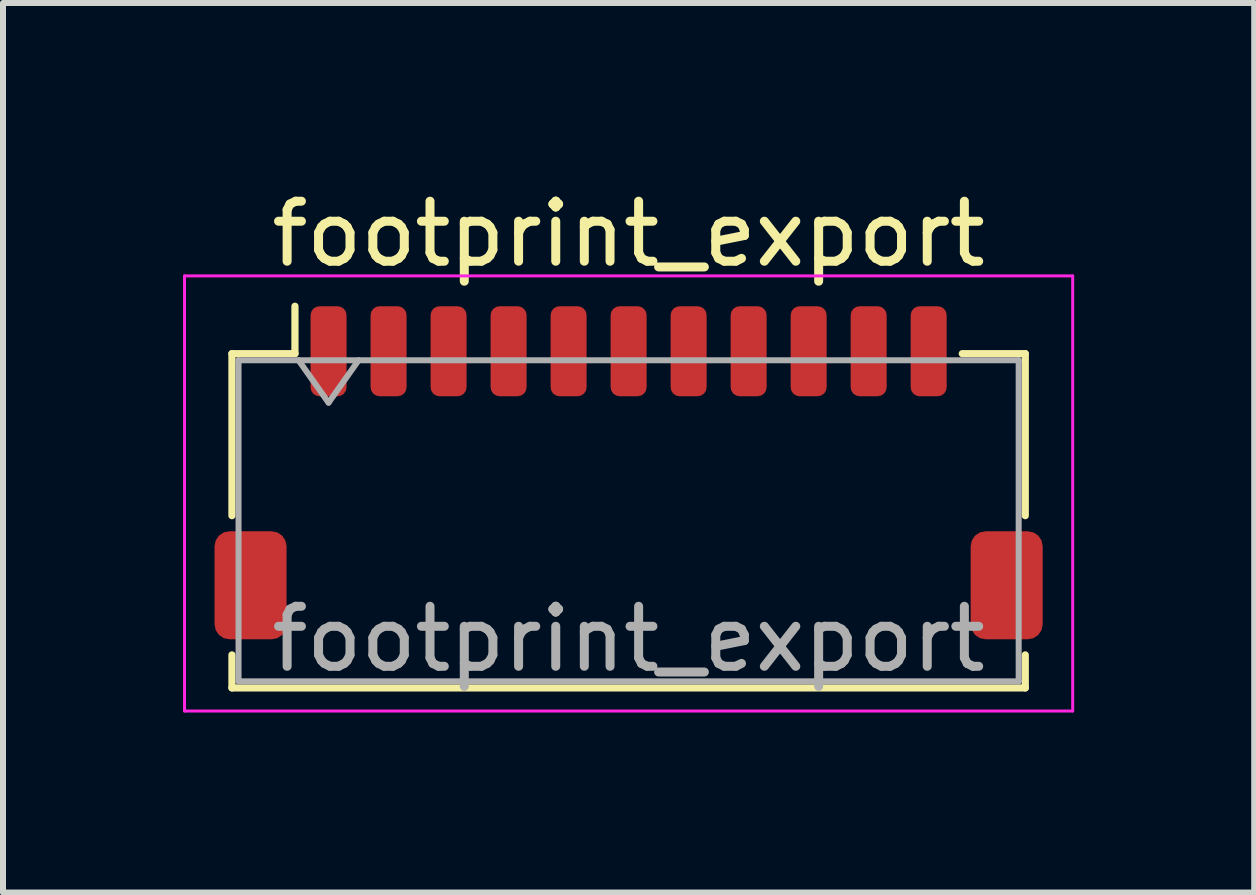
<source format=kicad_pcb>
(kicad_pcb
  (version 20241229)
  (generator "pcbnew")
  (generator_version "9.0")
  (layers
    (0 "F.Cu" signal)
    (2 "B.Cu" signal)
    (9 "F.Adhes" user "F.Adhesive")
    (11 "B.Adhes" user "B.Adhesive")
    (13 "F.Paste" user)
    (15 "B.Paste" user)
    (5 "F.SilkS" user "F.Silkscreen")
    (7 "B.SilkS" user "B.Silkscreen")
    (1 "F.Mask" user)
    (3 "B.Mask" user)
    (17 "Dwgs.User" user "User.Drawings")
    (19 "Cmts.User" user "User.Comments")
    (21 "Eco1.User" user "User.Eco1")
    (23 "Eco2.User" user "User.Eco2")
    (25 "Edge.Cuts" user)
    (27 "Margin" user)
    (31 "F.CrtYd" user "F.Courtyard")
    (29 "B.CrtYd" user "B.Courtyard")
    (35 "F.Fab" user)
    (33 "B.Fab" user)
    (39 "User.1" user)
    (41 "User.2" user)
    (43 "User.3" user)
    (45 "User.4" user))
  (footprint "footprint_export"
    (layer "F.Cu")
    (at 7.425 4.828)
    (property "Reference" "footprint_export" (at 0 -3.98 0) (layer "F.SilkS") (effects (font (size 1 1) (thickness 0.15))))
    (attr smd)
    (fp_line (start -6.61 -1.985) (end -5.56 -1.985) (stroke (width 0.12) (type solid)) (layer "F.SilkS"))
    (fp_line (start -6.61 0.715) (end -6.61 -1.985) (stroke (width 0.12) (type solid)) (layer "F.SilkS"))
    (fp_line (start -6.61 3.035) (end -6.61 3.585) (stroke (width 0.12) (type solid)) (layer "F.SilkS"))
    (fp_line (start -6.61 3.585) (end 6.61 3.585) (stroke (width 0.12) (type solid)) (layer "F.SilkS"))
    (fp_line (start -5.56 -1.985) (end -5.56 -2.775) (stroke (width 0.12) (type solid)) (layer "F.SilkS"))
    (fp_line (start 6.61 -1.985) (end 5.56 -1.985) (stroke (width 0.12) (type solid)) (layer "F.SilkS"))
    (fp_line (start 6.61 0.715) (end 6.61 -1.985) (stroke (width 0.12) (type solid)) (layer "F.SilkS"))
    (fp_line (start 6.61 3.585) (end 6.61 3.035) (stroke (width 0.12) (type solid)) (layer "F.SilkS"))
    (fp_line (start -7.4 -3.28) (end -7.4 3.97) (stroke (width 0.05) (type solid)) (layer "F.CrtYd"))
    (fp_line (start -7.4 3.97) (end 7.4 3.97) (stroke (width 0.05) (type solid)) (layer "F.CrtYd"))
    (fp_line (start 7.4 -3.28) (end -7.4 -3.28) (stroke (width 0.05) (type solid)) (layer "F.CrtYd"))
    (fp_line (start 7.4 3.97) (end 7.4 -3.28) (stroke (width 0.05) (type solid)) (layer "F.CrtYd"))
    (fp_line (start -6.5 -1.875) (end -6.5 3.475) (stroke (width 0.1) (type solid)) (layer "F.Fab"))
    (fp_line (start -6.5 -1.875) (end 6.5 -1.875) (stroke (width 0.1) (type solid)) (layer "F.Fab"))
    (fp_line (start -6.5 3.475) (end 6.5 3.475) (stroke (width 0.1) (type solid)) (layer "F.Fab"))
    (fp_line (start -5.5 -1.875) (end -5 -1.168) (stroke (width 0.1) (type solid)) (layer "F.Fab"))
    (fp_line (start -5 -1.168) (end -4.5 -1.875) (stroke (width 0.1) (type solid)) (layer "F.Fab"))
    (fp_line (start 6.5 -1.875) (end 6.5 3.475) (stroke (width 0.1) (type solid)) (layer "F.Fab"))
    (fp_text user "${REFERENCE}" (at 0 2.77 0) (layer "F.Fab") (effects (font (size 1 1) (thickness 0.15))))
    (pad "1" smd roundrect (at -5 -2.025) (size 0.6 1.5) (layers "F.Cu" "F.Mask" "F.Paste") (roundrect_rratio 0.25))
    (pad "2" smd roundrect (at -4 -2.025) (size 0.6 1.5) (layers "F.Cu" "F.Mask" "F.Paste") (roundrect_rratio 0.25))
    (pad "3" smd roundrect (at -3 -2.025) (size 0.6 1.5) (layers "F.Cu" "F.Mask" "F.Paste") (roundrect_rratio 0.25))
    (pad "4" smd roundrect (at -2 -2.025) (size 0.6 1.5) (layers "F.Cu" "F.Mask" "F.Paste") (roundrect_rratio 0.25))
    (pad "5" smd roundrect (at -1 -2.025) (size 0.6 1.5) (layers "F.Cu" "F.Mask" "F.Paste") (roundrect_rratio 0.25))
    (pad "6" smd roundrect (at 0 -2.025) (size 0.6 1.5) (layers "F.Cu" "F.Mask" "F.Paste") (roundrect_rratio 0.25))
    (pad "7" smd roundrect (at 1 -2.025) (size 0.6 1.5) (layers "F.Cu" "F.Mask" "F.Paste") (roundrect_rratio 0.25))
    (pad "8" smd roundrect (at 2 -2.025) (size 0.6 1.5) (layers "F.Cu" "F.Mask" "F.Paste") (roundrect_rratio 0.25))
    (pad "9" smd roundrect (at 3 -2.025) (size 0.6 1.5) (layers "F.Cu" "F.Mask" "F.Paste") (roundrect_rratio 0.25))
    (pad "10" smd roundrect (at 4 -2.025) (size 0.6 1.5) (layers "F.Cu" "F.Mask" "F.Paste") (roundrect_rratio 0.25))
    (pad "11" smd roundrect (at 5 -2.025) (size 0.6 1.5) (layers "F.Cu" "F.Mask" "F.Paste") (roundrect_rratio 0.25))
    (pad "MP" smd roundrect (at -6.3 1.875) (size 1.2 1.8) (layers "F.Cu" "F.Mask" "F.Paste") (roundrect_rratio 0.208))
    (pad "MP" smd roundrect (at 6.3 1.875) (size 1.2 1.8) (layers "F.Cu" "F.Mask" "F.Paste") (roundrect_rratio 0.208)))
  (gr_rect
    (start -3 -3)
    (end 17.85 11.823)
    (stroke (width 0.1) (type default))
    (fill no)
    (layer "Edge.Cuts")))
</source>
